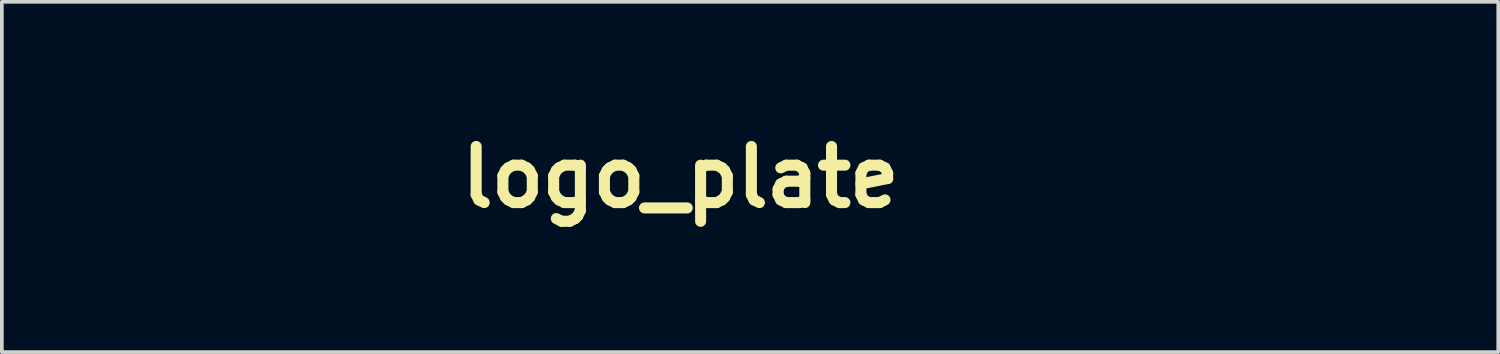
<source format=kicad_pcb>
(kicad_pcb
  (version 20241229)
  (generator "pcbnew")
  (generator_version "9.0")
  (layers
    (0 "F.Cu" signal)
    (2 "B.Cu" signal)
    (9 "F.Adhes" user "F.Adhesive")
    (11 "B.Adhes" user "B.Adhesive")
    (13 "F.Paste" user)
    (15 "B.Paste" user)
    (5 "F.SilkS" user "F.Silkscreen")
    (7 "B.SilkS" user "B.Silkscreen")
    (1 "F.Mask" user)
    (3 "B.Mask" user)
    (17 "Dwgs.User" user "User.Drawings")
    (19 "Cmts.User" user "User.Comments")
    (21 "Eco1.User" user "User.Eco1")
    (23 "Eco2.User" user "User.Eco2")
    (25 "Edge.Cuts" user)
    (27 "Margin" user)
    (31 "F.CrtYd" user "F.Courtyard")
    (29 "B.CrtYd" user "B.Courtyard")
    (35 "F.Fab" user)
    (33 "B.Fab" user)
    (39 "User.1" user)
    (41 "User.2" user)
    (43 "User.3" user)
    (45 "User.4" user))
  (footprint "logo_plate"
    (layer "F.Cu")
    (at 15.435 1.763)
    (property "Reference" "logo_plate" (at 0 0 0) (layer "F.SilkS") (effects (font (size 1.524 1.524) (thickness 0.3))))
    (attr through_hole)
    (fp_poly (pts (xy 16.51 0.127) (xy 15.621 0.127) (xy 15.621 -0.127) (xy 16.51 -0.127)) (stroke (width 0.1) (type solid)) (fill yes) (layer "F.Mask"))
    (fp_poly (pts (xy -6.66 -1.517) (xy -6.429 -1.508) (xy -6.398 -0.444) (xy -5.858 -0.984) (xy -5.319 -1.524) (xy -4.985 -1.522) (xy -4.651 -1.521) (xy -5.429 -0.76) (xy -6.207 0.002) (xy -5.429 0.761) (xy -4.651 1.521) (xy -4.985 1.522) (xy -5.319 1.524) (xy -5.858 0.984) (xy -6.398 0.444) (xy -6.413 0.976) (xy -6.429 1.508) (xy -6.66 1.517) (xy -6.89 1.527) (xy -6.89 -1.527) (xy -6.66 -1.517)) (stroke (width 0.01) (type solid)) (fill yes) (layer "F.Mask"))
    (fp_poly (pts (xy 0.032 -1.05) (xy -0.389 -1.041) (xy -0.81 -1.032) (xy -0.818 0.246) (xy -0.826 1.524) (xy -1.043 1.524) (xy -1.155 1.521) (xy -1.24 1.514) (xy -1.281 1.503) (xy -1.281 1.503) (xy -1.285 1.467) (xy -1.29 1.375) (xy -1.293 1.234) (xy -1.297 1.049) (xy -1.299 0.829) (xy -1.301 0.579) (xy -1.302 0.307) (xy -1.302 0.217) (xy -1.302 -1.048) (xy -2.095 -1.048) (xy -2.095 -1.524) (xy 0.032 -1.524) (xy 0.032 -1.05)) (stroke (width 0.01) (type solid)) (fill yes) (layer "F.Mask"))
    (fp_poly (pts (xy -2.731 -1.048) (xy -3.873 -1.048) (xy -3.873 -0.54) (xy -2.731 -0.54) (xy -2.731 -0.064) (xy -3.873 -0.064) (xy -3.873 1.015) (xy -3.088 1.023) (xy -2.302 1.032) (xy -2.302 1.508) (xy -3.304 1.516) (xy -3.55 1.518) (xy -3.776 1.518) (xy -3.973 1.517) (xy -4.134 1.514) (xy -4.252 1.511) (xy -4.317 1.506) (xy -4.328 1.503) (xy -4.332 1.468) (xy -4.337 1.376) (xy -4.34 1.232) (xy -4.343 1.045) (xy -4.346 0.818) (xy -4.348 0.56) (xy -4.349 0.276) (xy -4.35 -0.021) (xy -4.35 -1.524) (xy -2.731 -1.524) (xy -2.731 -1.048)) (stroke (width 0.01) (type solid)) (fill yes) (layer "F.Mask"))
    (fp_poly (pts (xy 5.39 -1.517) (xy 6.207 -1.508) (xy 6.226 -1.048) (xy 5.637 -1.048) (xy 5.048 -1.048) (xy 5.048 -0.541) (xy 5.628 -0.533) (xy 6.207 -0.524) (xy 6.216 -0.294) (xy 6.226 -0.064) (xy 5.048 -0.064) (xy 5.048 1.016) (xy 6.636 1.016) (xy 6.636 1.524) (xy 5.625 1.524) (xy 5.378 1.523) (xy 5.151 1.522) (xy 4.953 1.519) (xy 4.79 1.515) (xy 4.672 1.511) (xy 4.605 1.506) (xy 4.593 1.503) (xy 4.589 1.468) (xy 4.585 1.375) (xy 4.581 1.232) (xy 4.578 1.044) (xy 4.576 0.818) (xy 4.574 0.56) (xy 4.572 0.276) (xy 4.572 -0.022) (xy 4.572 -1.525) (xy 5.39 -1.517)) (stroke (width 0.01) (type solid)) (fill yes) (layer "F.Mask"))
    (fp_poly (pts (xy 14.184 -1.517) (xy 15.002 -1.508) (xy 15.011 -1.279) (xy 15.021 -1.049) (xy 14.44 -1.041) (xy 13.859 -1.032) (xy 13.85 -0.787) (xy 13.84 -0.541) (xy 14.421 -0.533) (xy 15.002 -0.524) (xy 15.011 -0.294) (xy 15.021 -0.065) (xy 14.44 -0.056) (xy 13.859 -0.048) (xy 13.85 0.484) (xy 13.841 1.016) (xy 15.431 1.016) (xy 15.431 1.524) (xy 14.42 1.524) (xy 14.173 1.523) (xy 13.946 1.522) (xy 13.747 1.519) (xy 13.585 1.515) (xy 13.467 1.511) (xy 13.4 1.506) (xy 13.388 1.503) (xy 13.384 1.468) (xy 13.38 1.375) (xy 13.376 1.232) (xy 13.373 1.044) (xy 13.37 0.818) (xy 13.368 0.56) (xy 13.367 0.276) (xy 13.367 -0.022) (xy 13.367 -1.525) (xy 14.184 -1.517)) (stroke (width 0.01) (type solid)) (fill yes) (layer "F.Mask"))
    (fp_poly (pts (xy -10.624 -0.57) (xy -10.483 -0.295) (xy -10.342 -0.021) (xy -10.206 0.244) (xy -10.079 0.491) (xy -9.966 0.71) (xy -9.872 0.893) (xy -9.801 1.031) (xy -9.789 1.055) (xy -9.713 1.206) (xy -9.65 1.336) (xy -9.606 1.436) (xy -9.583 1.495) (xy -9.582 1.507) (xy -9.62 1.515) (xy -9.704 1.521) (xy -9.819 1.524) (xy -9.848 1.524) (xy -10.097 1.524) (xy -10.215 1.286) (xy -10.333 1.048) (xy -12.083 1.048) (xy -12.201 1.286) (xy -12.318 1.524) (xy -12.573 1.524) (xy -12.707 1.521) (xy -12.787 1.512) (xy -12.823 1.494) (xy -12.827 1.481) (xy -12.813 1.445) (xy -12.774 1.358) (xy -12.71 1.225) (xy -12.627 1.05) (xy -12.525 0.84) (xy -12.407 0.599) (xy -12.372 0.529) (xy -11.843 0.529) (xy -11.813 0.532) (xy -11.729 0.535) (xy -11.6 0.537) (xy -11.437 0.539) (xy -11.249 0.54) (xy -11.221 0.54) (xy -11.009 0.54) (xy -10.851 0.538) (xy -10.742 0.535) (xy -10.671 0.53) (xy -10.632 0.521) (xy -10.617 0.507) (xy -10.617 0.488) (xy -10.621 0.474) (xy -10.641 0.426) (xy -10.684 0.331) (xy -10.746 0.198) (xy -10.822 0.037) (xy -10.908 -0.143) (xy -10.928 -0.185) (xy -11.214 -0.778) (xy -11.528 -0.13) (xy -11.618 0.056) (xy -11.699 0.222) (xy -11.765 0.361) (xy -11.813 0.462) (xy -11.839 0.519) (xy -11.843 0.529) (xy -12.372 0.529) (xy -12.276 0.333) (xy -12.134 0.047) (xy -12.031 -0.16) (xy -11.236 -1.758) (xy -10.624 -0.57)) (stroke (width 0.01) (type solid)) (fill yes) (layer "F.Mask"))
    (fp_poly (pts (xy 10.253 -1.521) (xy 10.357 -1.512) (xy 10.435 -1.499) (xy 10.468 -1.484) (xy 10.488 -1.448) (xy 10.533 -1.36) (xy 10.598 -1.228) (xy 10.68 -1.059) (xy 10.778 -0.858) (xy 10.886 -0.633) (xy 11.003 -0.39) (xy 11.015 -0.365) (xy 11.131 -0.122) (xy 11.24 0.104) (xy 11.338 0.305) (xy 11.421 0.475) (xy 11.486 0.608) (xy 11.531 0.697) (xy 11.552 0.736) (xy 11.553 0.737) (xy 11.571 0.715) (xy 11.614 0.642) (xy 11.68 0.523) (xy 11.764 0.365) (xy 11.863 0.173) (xy 11.976 -0.046) (xy 12.097 -0.287) (xy 12.145 -0.382) (xy 12.715 -1.524) (xy 12.964 -1.524) (xy 13.096 -1.521) (xy 13.173 -1.511) (xy 13.202 -1.494) (xy 13.202 -1.484) (xy 13.186 -1.449) (xy 13.145 -1.365) (xy 13.082 -1.237) (xy 13 -1.071) (xy 12.902 -0.874) (xy 12.791 -0.651) (xy 12.671 -0.41) (xy 12.543 -0.155) (xy 12.413 0.106) (xy 12.281 0.367) (xy 12.152 0.623) (xy 12.029 0.868) (xy 11.915 1.094) (xy 11.812 1.297) (xy 11.725 1.469) (xy 11.655 1.605) (xy 11.607 1.698) (xy 11.583 1.743) (xy 11.581 1.746) (xy 11.565 1.719) (xy 11.524 1.639) (xy 11.459 1.514) (xy 11.373 1.346) (xy 11.269 1.142) (xy 11.149 0.907) (xy 11.016 0.645) (xy 10.872 0.361) (xy 10.755 0.132) (xy 10.605 -0.165) (xy 10.464 -0.446) (xy 10.334 -0.704) (xy 10.218 -0.935) (xy 10.119 -1.133) (xy 10.038 -1.294) (xy 9.98 -1.413) (xy 9.946 -1.484) (xy 9.938 -1.503) (xy 9.966 -1.517) (xy 10.04 -1.524) (xy 10.142 -1.526) (xy 10.253 -1.521)) (stroke (width 0.01) (type solid)) (fill yes) (layer "F.Mask"))
    (fp_poly (pts (xy 8.35 -1.71) (xy 8.393 -1.629) (xy 8.458 -1.504) (xy 8.543 -1.341) (xy 8.643 -1.146) (xy 8.757 -0.925) (xy 8.881 -0.685) (xy 9.011 -0.432) (xy 9.145 -0.17) (xy 9.28 0.092) (xy 9.412 0.349) (xy 9.538 0.596) (xy 9.656 0.825) (xy 9.761 1.031) (xy 9.851 1.208) (xy 9.923 1.349) (xy 9.973 1.449) (xy 9.999 1.501) (xy 10.001 1.508) (xy 9.972 1.515) (xy 9.894 1.521) (xy 9.781 1.524) (xy 9.731 1.524) (xy 9.461 1.524) (xy 9.343 1.286) (xy 9.225 1.048) (xy 7.475 1.048) (xy 7.357 1.286) (xy 7.24 1.524) (xy 6.985 1.524) (xy 6.867 1.521) (xy 6.778 1.513) (xy 6.734 1.501) (xy 6.731 1.497) (xy 6.745 1.464) (xy 6.783 1.381) (xy 6.844 1.254) (xy 6.923 1.09) (xy 7.019 0.894) (xy 7.128 0.672) (xy 7.192 0.54) (xy 7.717 0.54) (xy 8.982 0.54) (xy 8.711 -0.024) (xy 8.625 -0.203) (xy 8.547 -0.369) (xy 8.481 -0.509) (xy 8.433 -0.614) (xy 8.408 -0.672) (xy 8.407 -0.675) (xy 8.379 -0.737) (xy 8.355 -0.762) (xy 8.343 -0.75) (xy 8.319 -0.71) (xy 8.281 -0.639) (xy 8.227 -0.532) (xy 8.155 -0.384) (xy 8.062 -0.19) (xy 7.947 0.053) (xy 7.856 0.246) (xy 7.717 0.54) (xy 7.192 0.54) (xy 7.246 0.431) (xy 7.371 0.177) (xy 7.5 -0.084) (xy 7.63 -0.346) (xy 7.757 -0.603) (xy 7.879 -0.848) (xy 7.993 -1.076) (xy 8.095 -1.28) (xy 8.183 -1.454) (xy 8.254 -1.593) (xy 8.304 -1.689) (xy 8.33 -1.737) (xy 8.333 -1.741) (xy 8.35 -1.71)) (stroke (width 0.01) (type solid)) (fill yes) (layer "F.Mask"))
    (fp_poly (pts (xy -7.62 -1.054) (xy -8.189 -1.043) (xy -8.395 -1.038) (xy -8.548 -1.033) (xy -8.658 -1.026) (xy -8.734 -1.015) (xy -8.787 -1) (xy -8.826 -0.98) (xy -8.846 -0.966) (xy -8.936 -0.863) (xy -8.976 -0.734) (xy -8.967 -0.595) (xy -8.906 -0.461) (xy -8.876 -0.422) (xy -8.844 -0.387) (xy -8.81 -0.363) (xy -8.761 -0.346) (xy -8.687 -0.335) (xy -8.576 -0.326) (xy -8.416 -0.318) (xy -8.362 -0.316) (xy -8.112 -0.3) (xy -7.914 -0.276) (xy -7.757 -0.24) (xy -7.63 -0.188) (xy -7.523 -0.118) (xy -7.442 -0.046) (xy -7.316 0.118) (xy -7.24 0.312) (xy -7.212 0.541) (xy -7.216 0.688) (xy -7.257 0.927) (xy -7.342 1.121) (xy -7.475 1.276) (xy -7.658 1.395) (xy -7.779 1.447) (xy -7.859 1.466) (xy -7.984 1.483) (xy -8.143 1.497) (xy -8.327 1.508) (xy -8.523 1.517) (xy -8.723 1.522) (xy -8.916 1.524) (xy -9.091 1.522) (xy -9.238 1.517) (xy -9.347 1.507) (xy -9.407 1.492) (xy -9.415 1.485) (xy -9.423 1.43) (xy -9.426 1.334) (xy -9.423 1.235) (xy -9.414 1.032) (xy -8.668 1.016) (xy -8.393 1.009) (xy -8.177 1) (xy -8.018 0.989) (xy -7.912 0.976) (xy -7.854 0.961) (xy -7.851 0.959) (xy -7.761 0.873) (xy -7.703 0.74) (xy -7.684 0.574) (xy -7.692 0.46) (xy -7.723 0.379) (xy -7.771 0.316) (xy -7.841 0.254) (xy -7.93 0.209) (xy -8.048 0.181) (xy -8.206 0.165) (xy -8.415 0.16) (xy -8.432 0.16) (xy -8.672 0.151) (xy -8.862 0.122) (xy -9.015 0.072) (xy -9.142 -0.005) (xy -9.22 -0.075) (xy -9.333 -0.22) (xy -9.404 -0.392) (xy -9.436 -0.602) (xy -9.439 -0.732) (xy -9.414 -0.96) (xy -9.344 -1.145) (xy -9.227 -1.293) (xy -9.06 -1.407) (xy -9.005 -1.432) (xy -8.942 -1.458) (xy -8.876 -1.477) (xy -8.798 -1.491) (xy -8.696 -1.501) (xy -8.559 -1.508) (xy -8.376 -1.514) (xy -8.231 -1.518) (xy -7.62 -1.532) (xy -7.62 -1.054)) (stroke (width 0.01) (type solid)) (fill yes) (layer "F.Mask"))
    (fp_poly (pts (xy 18.796 -1.054) (xy 18.227 -1.043) (xy 18.021 -1.038) (xy 17.868 -1.033) (xy 17.758 -1.026) (xy 17.682 -1.015) (xy 17.629 -1) (xy 17.59 -0.98) (xy 17.57 -0.966) (xy 17.48 -0.863) (xy 17.44 -0.734) (xy 17.449 -0.595) (xy 17.51 -0.461) (xy 17.54 -0.422) (xy 17.572 -0.387) (xy 17.606 -0.363) (xy 17.655 -0.346) (xy 17.729 -0.335) (xy 17.84 -0.326) (xy 18 -0.318) (xy 18.054 -0.316) (xy 18.304 -0.3) (xy 18.502 -0.276) (xy 18.659 -0.24) (xy 18.786 -0.188) (xy 18.893 -0.118) (xy 18.974 -0.046) (xy 19.1 0.118) (xy 19.176 0.312) (xy 19.204 0.541) (xy 19.2 0.688) (xy 19.159 0.927) (xy 19.074 1.121) (xy 18.941 1.276) (xy 18.758 1.395) (xy 18.637 1.447) (xy 18.557 1.466) (xy 18.432 1.483) (xy 18.273 1.497) (xy 18.089 1.508) (xy 17.893 1.517) (xy 17.693 1.522) (xy 17.5 1.524) (xy 17.325 1.522) (xy 17.178 1.517) (xy 17.069 1.507) (xy 17.009 1.492) (xy 17.001 1.485) (xy 16.993 1.43) (xy 16.99 1.334) (xy 16.993 1.235) (xy 17.002 1.032) (xy 17.748 1.016) (xy 18.023 1.009) (xy 18.239 1) (xy 18.398 0.989) (xy 18.504 0.976) (xy 18.562 0.961) (xy 18.565 0.959) (xy 18.655 0.873) (xy 18.713 0.74) (xy 18.733 0.574) (xy 18.724 0.46) (xy 18.693 0.379) (xy 18.645 0.316) (xy 18.575 0.254) (xy 18.486 0.209) (xy 18.368 0.181) (xy 18.21 0.165) (xy 18.001 0.16) (xy 17.984 0.16) (xy 17.744 0.151) (xy 17.554 0.122) (xy 17.401 0.072) (xy 17.274 -0.005) (xy 17.196 -0.075) (xy 17.083 -0.22) (xy 17.012 -0.392) (xy 16.98 -0.602) (xy 16.977 -0.732) (xy 17.002 -0.96) (xy 17.072 -1.145) (xy 17.189 -1.293) (xy 17.356 -1.407) (xy 17.411 -1.432) (xy 17.474 -1.458) (xy 17.54 -1.477) (xy 17.618 -1.491) (xy 17.72 -1.501) (xy 17.857 -1.508) (xy 18.04 -1.514) (xy 18.185 -1.518) (xy 18.796 -1.532) (xy 18.796 -1.054)) (stroke (width 0.01) (type solid)) (fill yes) (layer "F.Mask"))
    (fp_poly (pts (xy -14.581 -1.516) (xy -14.298 -1.511) (xy -14.071 -1.504) (xy -13.891 -1.495) (xy -13.751 -1.482) (xy -13.643 -1.464) (xy -13.558 -1.44) (xy -13.49 -1.408) (xy -13.429 -1.368) (xy -13.377 -1.324) (xy -13.265 -1.2) (xy -13.201 -1.056) (xy -13.177 -0.877) (xy -13.176 -0.84) (xy -13.186 -0.694) (xy -13.221 -0.582) (xy -13.291 -0.478) (xy -13.326 -0.44) (xy -13.404 -0.355) (xy -13.336 -0.334) (xy -13.239 -0.281) (xy -13.133 -0.19) (xy -13.036 -0.078) (xy -12.978 0.013) (xy -12.938 0.112) (xy -12.913 0.238) (xy -12.898 0.407) (xy -12.897 0.432) (xy -12.897 0.678) (xy -12.927 0.877) (xy -12.99 1.043) (xy -13.088 1.187) (xy -13.14 1.242) (xy -13.211 1.31) (xy -13.281 1.365) (xy -13.357 1.408) (xy -13.446 1.441) (xy -13.558 1.466) (xy -13.698 1.485) (xy -13.875 1.498) (xy -14.096 1.506) (xy -14.369 1.513) (xy -14.534 1.516) (xy -15.431 1.531) (xy -15.431 1.016) (xy -14.954 1.016) (xy -14.332 1.016) (xy -14.107 1.015) (xy -13.937 1.012) (xy -13.81 1.006) (xy -13.719 0.997) (xy -13.652 0.983) (xy -13.601 0.965) (xy -13.598 0.963) (xy -13.49 0.879) (xy -13.415 0.756) (xy -13.375 0.607) (xy -13.369 0.447) (xy -13.397 0.29) (xy -13.459 0.151) (xy -13.557 0.044) (xy -13.584 0.025) (xy -13.628 0.000467) (xy -13.675 -0.018) (xy -13.735 -0.032) (xy -13.819 -0.041) (xy -13.935 -0.048) (xy -14.094 -0.053) (xy -14.306 -0.058) (xy -14.327 -0.059) (xy -14.954 -0.071) (xy -14.954 1.016) (xy -15.431 1.016) (xy -15.431 -1.048) (xy -14.954 -1.048) (xy -14.954 -0.54) (xy -14.367 -0.54) (xy -14.159 -0.54) (xy -14.005 -0.542) (xy -13.895 -0.547) (xy -13.82 -0.554) (xy -13.771 -0.566) (xy -13.739 -0.584) (xy -13.716 -0.603) (xy -13.667 -0.692) (xy -13.654 -0.805) (xy -13.681 -0.914) (xy -13.684 -0.919) (xy -13.721 -0.964) (xy -13.783 -0.998) (xy -13.878 -1.022) (xy -14.013 -1.037) (xy -14.197 -1.045) (xy -14.435 -1.048) (xy -14.954 -1.048) (xy -15.431 -1.048) (xy -15.431 -1.529) (xy -14.581 -1.516)) (stroke (width 0.01) (type solid)) (fill yes) (layer "F.Mask"))
    (fp_poly (pts (xy 0.47 -1.519) (xy 0.551 -1.505) (xy 0.593 -1.485) (xy 0.593 -1.484) (xy 0.612 -1.448) (xy 0.655 -1.36) (xy 0.719 -1.228) (xy 0.802 -1.059) (xy 0.899 -0.859) (xy 1.007 -0.634) (xy 1.124 -0.391) (xy 1.136 -0.365) (xy 1.254 -0.122) (xy 1.363 0.104) (xy 1.461 0.305) (xy 1.544 0.475) (xy 1.61 0.608) (xy 1.656 0.698) (xy 1.677 0.737) (xy 1.678 0.738) (xy 1.7 0.721) (xy 1.743 0.657) (xy 1.8 0.557) (xy 1.854 0.451) (xy 2.007 0.14) (xy 1.607 -0.66) (xy 1.503 -0.868) (xy 1.409 -1.059) (xy 1.329 -1.224) (xy 1.266 -1.355) (xy 1.224 -1.447) (xy 1.207 -1.49) (xy 1.206 -1.492) (xy 1.236 -1.508) (xy 1.318 -1.519) (xy 1.439 -1.524) (xy 1.456 -1.524) (xy 1.705 -1.524) (xy 1.97 -0.952) (xy 2.051 -0.779) (xy 2.125 -0.63) (xy 2.187 -0.512) (xy 2.232 -0.434) (xy 2.257 -0.404) (xy 2.259 -0.404) (xy 2.279 -0.44) (xy 2.321 -0.523) (xy 2.381 -0.646) (xy 2.453 -0.797) (xy 2.533 -0.968) (xy 2.782 -1.508) (xy 3.042 -1.517) (xy 3.162 -1.52) (xy 3.252 -1.518) (xy 3.299 -1.512) (xy 3.302 -1.509) (xy 3.289 -1.477) (xy 3.251 -1.395) (xy 3.192 -1.271) (xy 3.116 -1.112) (xy 3.026 -0.925) (xy 2.925 -0.717) (xy 2.899 -0.664) (xy 2.496 0.163) (xy 2.804 0.778) (xy 3.369 -0.373) (xy 3.934 -1.524) (xy 4.189 -1.524) (xy 4.308 -1.522) (xy 4.397 -1.517) (xy 4.442 -1.511) (xy 4.445 -1.508) (xy 4.431 -1.476) (xy 4.392 -1.393) (xy 4.33 -1.267) (xy 4.249 -1.103) (xy 4.152 -0.907) (xy 4.042 -0.686) (xy 3.922 -0.445) (xy 3.795 -0.191) (xy 3.664 0.069) (xy 3.533 0.331) (xy 3.404 0.587) (xy 3.28 0.831) (xy 3.165 1.058) (xy 3.062 1.261) (xy 2.973 1.434) (xy 2.903 1.571) (xy 2.853 1.665) (xy 2.828 1.711) (xy 2.825 1.714) (xy 2.806 1.687) (xy 2.764 1.612) (xy 2.704 1.497) (xy 2.629 1.352) (xy 2.545 1.185) (xy 2.54 1.175) (xy 2.455 1.006) (xy 2.38 0.86) (xy 2.319 0.743) (xy 2.275 0.665) (xy 2.255 0.635) (xy 2.255 0.635) (xy 2.237 0.663) (xy 2.197 0.739) (xy 2.139 0.855) (xy 2.067 1.001) (xy 1.988 1.167) (xy 1.908 1.337) (xy 1.836 1.486) (xy 1.778 1.607) (xy 1.737 1.688) (xy 1.718 1.721) (xy 1.701 1.697) (xy 1.657 1.622) (xy 1.59 1.501) (xy 1.503 1.337) (xy 1.397 1.136) (xy 1.276 0.904) (xy 1.142 0.645) (xy 0.998 0.364) (xy 0.889 0.149) (xy 0.739 -0.147) (xy 0.597 -0.426) (xy 0.467 -0.684) (xy 0.351 -0.915) (xy 0.251 -1.114) (xy 0.171 -1.275) (xy 0.112 -1.394) (xy 0.077 -1.466) (xy 0.069 -1.484) (xy 0.092 -1.505) (xy 0.16 -1.519) (xy 0.258 -1.525) (xy 0.367 -1.525) (xy 0.47 -1.519)) (stroke (width 0.01) (type solid)) (fill yes) (layer "F.Mask")))
  (gr_rect
    (start -3 -3)
    (end 37.644 6.514)
    (stroke (width 0.1) (type default))
    (fill no)
    (layer "Edge.Cuts")))
</source>
